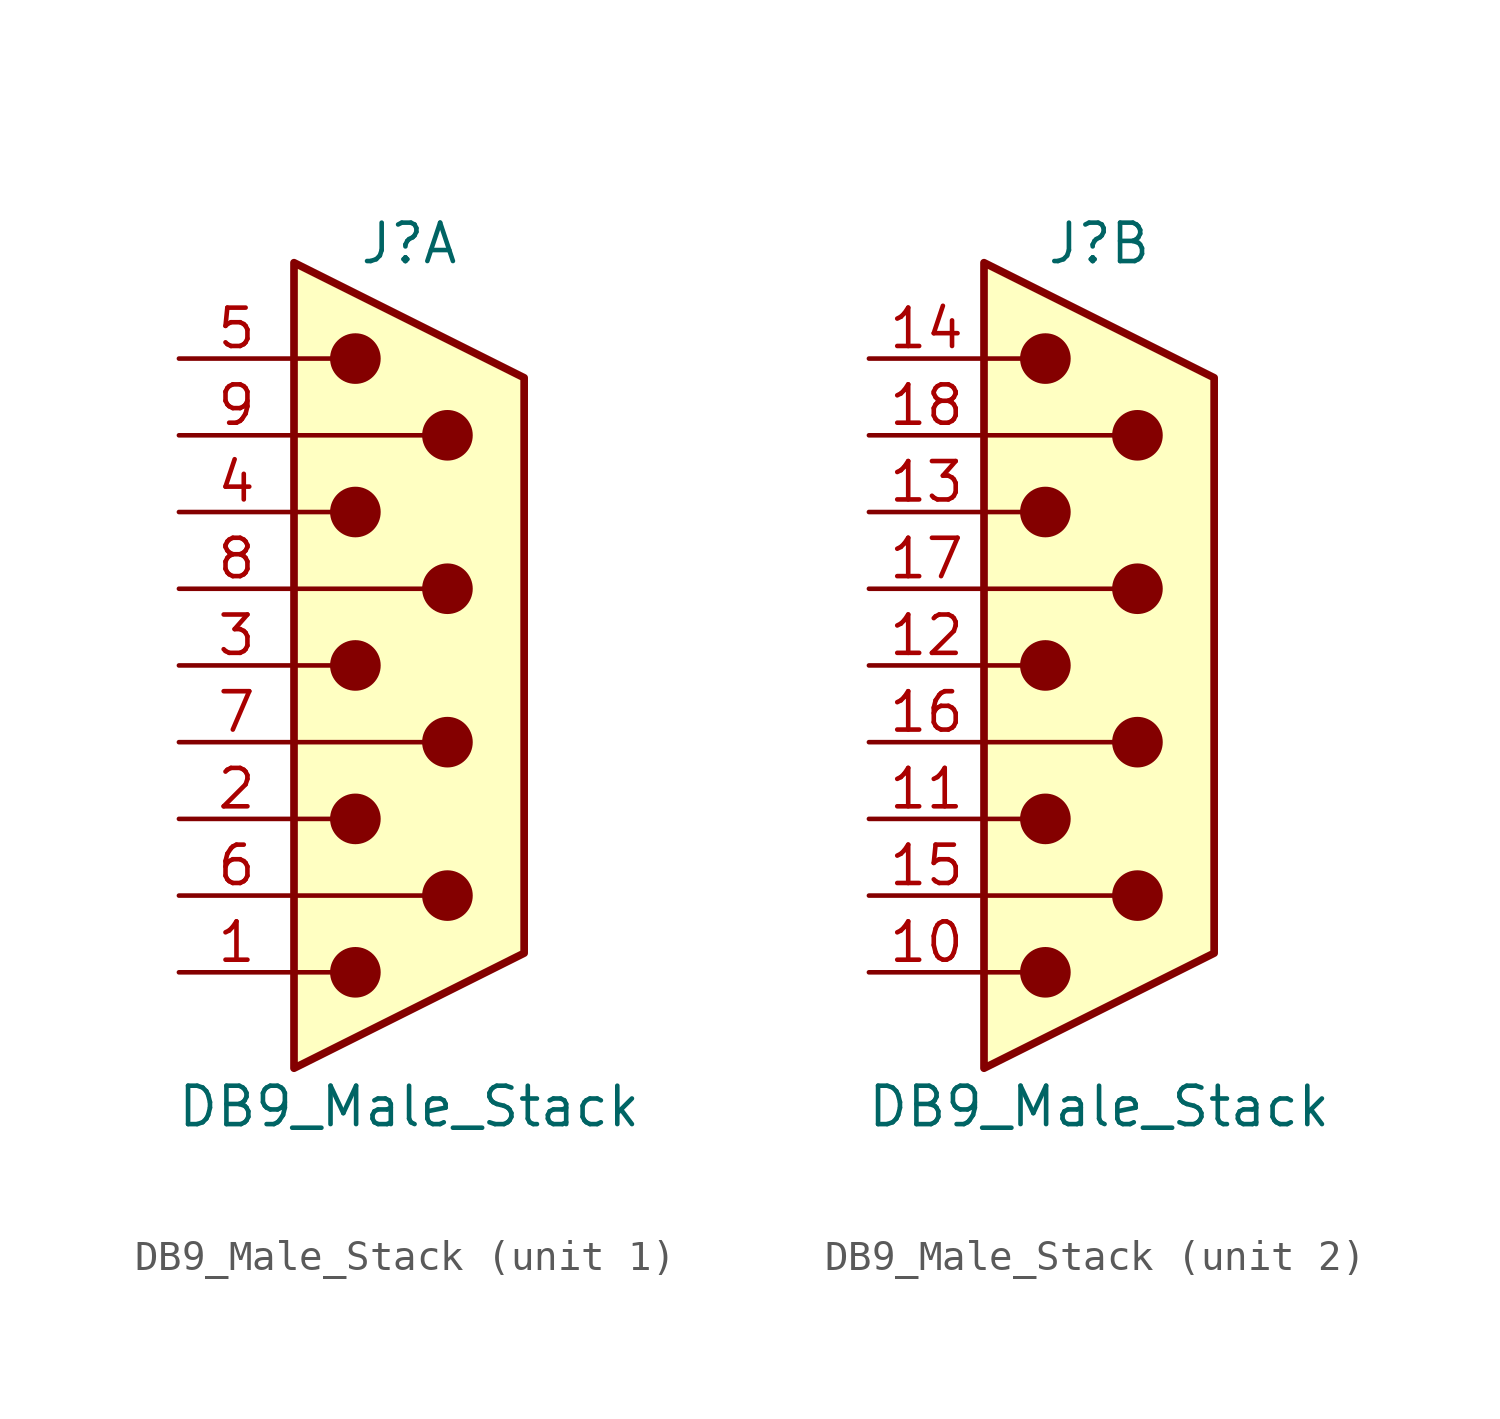
<source format=kicad_sym>
(kicad_symbol_lib
  (version 20211014)
  (generator kicad_symbol_editor)
  (symbol "DB9_Male_Stack"
    (pin_names
      (offset 1.016) hide)
    (property "Reference" "J"
      (at 0 13.97 0)
      (effects (font (size 1.27 1.27))))
    (property "Value" "DB9_Male_Stack"
      (at 0 -14.605 0)
      (effects (font (size 1.27 1.27))))
    (symbol "DB9_Male_Stack_0_1"
      (circle (center -1.778 -10.16) (radius 0.762) (stroke (width 0) (type default) (color 0 0 0 0)) (fill (type outline)))
      (circle (center -1.778 -5.08) (radius 0.762) (stroke (width 0) (type default) (color 0 0 0 0)) (fill (type outline)))
      (circle (center -1.778 0) (radius 0.762) (stroke (width 0) (type default) (color 0 0 0 0)) (fill (type outline)))
      (circle (center -1.778 5.08) (radius 0.762) (stroke (width 0) (type default) (color 0 0 0 0)) (fill (type outline)))
      (circle (center -1.778 10.16) (radius 0.762) (stroke (width 0) (type default) (color 0 0 0 0)) (fill (type outline)))
      (polyline (pts (xy -3.81 -10.16) (xy -2.54 -10.16)) (stroke (width 0) (type default) (color 0 0 0 0)) (fill (type none)))
      (polyline (pts (xy -3.81 -7.62) (xy 0.508 -7.62)) (stroke (width 0) (type default) (color 0 0 0 0)) (fill (type none)))
      (polyline (pts (xy -3.81 -5.08) (xy -2.54 -5.08)) (stroke (width 0) (type default) (color 0 0 0 0)) (fill (type none)))
      (polyline (pts (xy -3.81 -2.54) (xy 0.508 -2.54)) (stroke (width 0) (type default) (color 0 0 0 0)) (fill (type none)))
      (polyline (pts (xy -3.81 0) (xy -2.54 0)) (stroke (width 0) (type default) (color 0 0 0 0)) (fill (type none)))
      (polyline (pts (xy -3.81 2.54) (xy 0.508 2.54)) (stroke (width 0) (type default) (color 0 0 0 0)) (fill (type none)))
      (polyline (pts (xy -3.81 5.08) (xy -2.54 5.08)) (stroke (width 0) (type default) (color 0 0 0 0)) (fill (type none)))
      (polyline (pts (xy -3.81 7.62) (xy 0.508 7.62)) (stroke (width 0) (type default) (color 0 0 0 0)) (fill (type none)))
      (polyline (pts (xy -3.81 10.16) (xy -2.54 10.16)) (stroke (width 0) (type default) (color 0 0 0 0)) (fill (type none)))
      (polyline (pts (xy -3.81 -13.335) (xy -3.81 13.335) (xy 3.81 9.525) (xy 3.81 -9.525) (xy -3.81 -13.335)) (stroke (width 0.254) (type default) (color 0 0 0 0)) (fill (type background)))
      (circle (center 1.27 -7.62) (radius 0.762) (stroke (width 0) (type default) (color 0 0 0 0)) (fill (type outline)))
      (circle (center 1.27 -2.54) (radius 0.762) (stroke (width 0) (type default) (color 0 0 0 0)) (fill (type outline)))
      (circle (center 1.27 2.54) (radius 0.762) (stroke (width 0) (type default) (color 0 0 0 0)) (fill (type outline)))
      (circle (center 1.27 7.62) (radius 0.762) (stroke (width 0) (type default) (color 0 0 0 0)) (fill (type outline))))
    (symbol "DB9_Male_Stack_1_1"
      (pin passive line (at -7.62 -10.16 0) (length 3.81) (name "1" (effects (font (size 1.27 1.27)))) (number "1" (effects (font (size 1.27 1.27)))))
      (pin passive line (at -7.62 -5.08 0) (length 3.81) (name "2" (effects (font (size 1.27 1.27)))) (number "2" (effects (font (size 1.27 1.27)))))
      (pin passive line (at -7.62 0 0) (length 3.81) (name "3" (effects (font (size 1.27 1.27)))) (number "3" (effects (font (size 1.27 1.27)))))
      (pin passive line (at -7.62 5.08 0) (length 3.81) (name "4" (effects (font (size 1.27 1.27)))) (number "4" (effects (font (size 1.27 1.27)))))
      (pin passive line (at -7.62 10.16 0) (length 3.81) (name "5" (effects (font (size 1.27 1.27)))) (number "5" (effects (font (size 1.27 1.27)))))
      (pin passive line (at -7.62 -7.62 0) (length 3.81) (name "6" (effects (font (size 1.27 1.27)))) (number "6" (effects (font (size 1.27 1.27)))))
      (pin passive line (at -7.62 -2.54 0) (length 3.81) (name "7" (effects (font (size 1.27 1.27)))) (number "7" (effects (font (size 1.27 1.27)))))
      (pin passive line (at -7.62 2.54 0) (length 3.81) (name "8" (effects (font (size 1.27 1.27)))) (number "8" (effects (font (size 1.27 1.27)))))
      (pin passive line (at -7.62 7.62 0) (length 3.81) (name "9" (effects (font (size 1.27 1.27)))) (number "9" (effects (font (size 1.27 1.27))))))
    (symbol "DB9_Male_Stack_2_1"
      (pin passive line (at -7.62 -10.16 0) (length 3.81) (name "10" (effects (font (size 1.27 1.27)))) (number "10" (effects (font (size 1.27 1.27)))))
      (pin passive line (at -7.62 -5.08 0) (length 3.81) (name "11" (effects (font (size 1.27 1.27)))) (number "11" (effects (font (size 1.27 1.27)))))
      (pin passive line (at -7.62 0 0) (length 3.81) (name "12" (effects (font (size 1.27 1.27)))) (number "12" (effects (font (size 1.27 1.27)))))
      (pin passive line (at -7.62 5.08 0) (length 3.81) (name "13" (effects (font (size 1.27 1.27)))) (number "13" (effects (font (size 1.27 1.27)))))
      (pin passive line (at -7.62 10.16 0) (length 3.81) (name "14" (effects (font (size 1.27 1.27)))) (number "14" (effects (font (size 1.27 1.27)))))
      (pin passive line (at -7.62 -7.62 0) (length 3.81) (name "15" (effects (font (size 1.27 1.27)))) (number "15" (effects (font (size 1.27 1.27)))))
      (pin passive line (at -7.62 -2.54 0) (length 3.81) (name "16" (effects (font (size 1.27 1.27)))) (number "16" (effects (font (size 1.27 1.27)))))
      (pin passive line (at -7.62 2.54 0) (length 3.81) (name "17" (effects (font (size 1.27 1.27)))) (number "17" (effects (font (size 1.27 1.27)))))
      (pin passive line (at -7.62 7.62 0) (length 3.81) (name "18" (effects (font (size 1.27 1.27)))) (number "18" (effects (font (size 1.27 1.27))))))))
</source>
